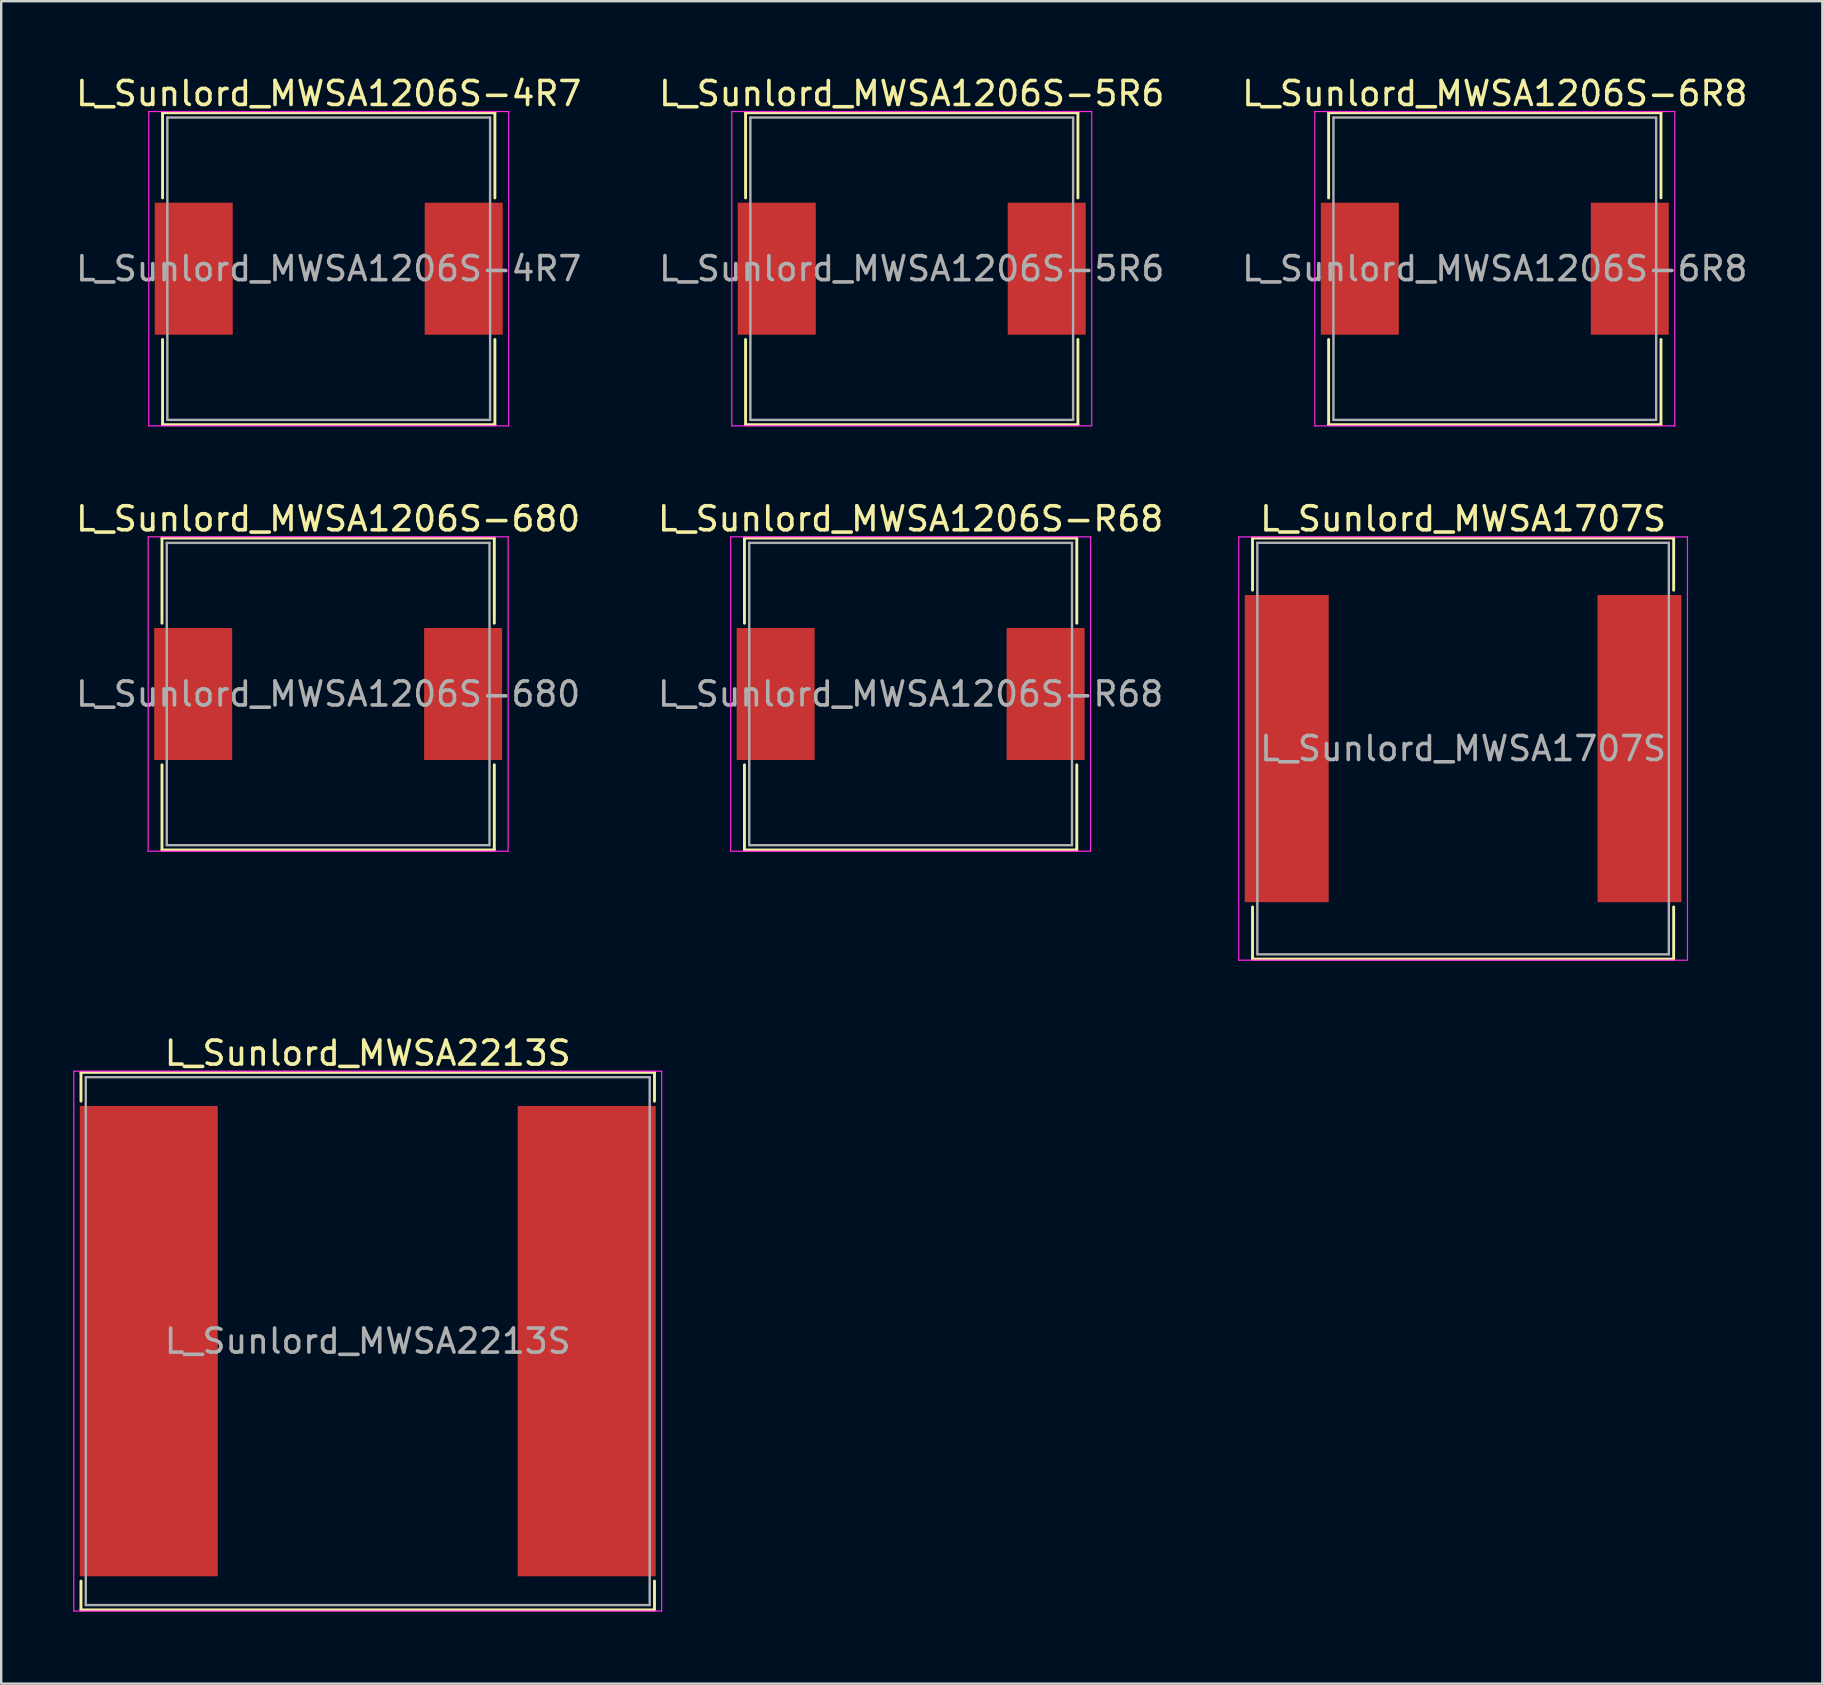
<source format=kicad_pcb>
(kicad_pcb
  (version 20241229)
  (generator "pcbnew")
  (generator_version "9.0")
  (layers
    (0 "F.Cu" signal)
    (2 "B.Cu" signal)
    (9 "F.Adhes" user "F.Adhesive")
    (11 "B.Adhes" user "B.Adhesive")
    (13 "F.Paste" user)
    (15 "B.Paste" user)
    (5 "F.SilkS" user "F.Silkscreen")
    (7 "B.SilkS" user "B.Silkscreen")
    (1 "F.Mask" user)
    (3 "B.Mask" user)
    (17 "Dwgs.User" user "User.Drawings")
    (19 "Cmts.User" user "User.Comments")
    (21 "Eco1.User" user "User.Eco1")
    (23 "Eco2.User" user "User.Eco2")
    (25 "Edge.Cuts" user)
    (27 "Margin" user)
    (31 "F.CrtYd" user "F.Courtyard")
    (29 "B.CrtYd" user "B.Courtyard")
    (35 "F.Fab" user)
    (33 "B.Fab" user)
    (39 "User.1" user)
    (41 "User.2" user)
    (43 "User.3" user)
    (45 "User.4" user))
  (footprint "L_Sunlord_MWSA2213S"
    (layer "F.Cu")
    (at 12.275 52.84)
    (property "Reference" "L_Sunlord_MWSA2213S" (at 0 -12 0) (layer "F.SilkS") (effects (font (size 1 1) (thickness 0.15))))
    (attr smd)
    (fp_line (start -11.95 -11.2) (end -11.95 -10) (stroke (width 0.12) (type solid)) (layer "F.SilkS"))
    (fp_line (start -11.95 -11.2) (end 11.95 -11.2) (stroke (width 0.12) (type solid)) (layer "F.SilkS"))
    (fp_line (start -11.95 11.2) (end -11.95 10) (stroke (width 0.12) (type solid)) (layer "F.SilkS"))
    (fp_line (start -11.95 11.2) (end 11.95 11.2) (stroke (width 0.12) (type solid)) (layer "F.SilkS"))
    (fp_line (start 11.95 -11.2) (end 11.95 -10) (stroke (width 0.12) (type solid)) (layer "F.SilkS"))
    (fp_line (start 11.95 11.2) (end 11.95 10) (stroke (width 0.12) (type solid)) (layer "F.SilkS"))
    (fp_line (start -12.25 -11.25) (end -12.25 11.25) (stroke (width 0.05) (type solid)) (layer "F.CrtYd"))
    (fp_line (start -12.25 11.25) (end 12.25 11.25) (stroke (width 0.05) (type solid)) (layer "F.CrtYd"))
    (fp_line (start 12.25 -11.25) (end -12.25 -11.25) (stroke (width 0.05) (type solid)) (layer "F.CrtYd"))
    (fp_line (start 12.25 11.25) (end 12.25 -11.25) (stroke (width 0.05) (type solid)) (layer "F.CrtYd"))
    (fp_line (start -11.75 -11) (end -11.75 11) (stroke (width 0.1) (type solid)) (layer "F.Fab"))
    (fp_line (start -11.75 11) (end 11.75 11) (stroke (width 0.1) (type solid)) (layer "F.Fab"))
    (fp_line (start 11.75 -11) (end -11.75 -11) (stroke (width 0.1) (type solid)) (layer "F.Fab"))
    (fp_line (start 11.75 11) (end 11.75 -11) (stroke (width 0.1) (type solid)) (layer "F.Fab"))
    (fp_text user "${REFERENCE}" (at 0 0 0) (layer "F.Fab") (effects (font (size 1 1) (thickness 0.15))))
    (pad "1" smd rect (at -9.125 0) (size 5.75 19.6) (layers "F.Cu" "F.Mask" "F.Paste"))
    (pad "2" smd rect (at 9.125 0) (size 5.75 19.6) (layers "F.Cu" "F.Mask" "F.Paste")))
  (footprint "L_Sunlord_MWSA1206S-4R7"
    (layer "F.Cu")
    (at 10.649 8.148)
    (property "Reference" "L_Sunlord_MWSA1206S-4R7" (at 0 -7.3 0) (layer "F.SilkS") (effects (font (size 1 1) (thickness 0.15))))
    (attr smd)
    (fp_line (start -6.925 -6.5) (end -6.925 -2.95) (stroke (width 0.12) (type solid)) (layer "F.SilkS"))
    (fp_line (start -6.925 -6.5) (end 6.925 -6.5) (stroke (width 0.12) (type solid)) (layer "F.SilkS"))
    (fp_line (start -6.925 6.5) (end -6.925 2.95) (stroke (width 0.12) (type solid)) (layer "F.SilkS"))
    (fp_line (start -6.925 6.5) (end 6.925 6.5) (stroke (width 0.12) (type solid)) (layer "F.SilkS"))
    (fp_line (start 6.925 -6.5) (end 6.925 -2.95) (stroke (width 0.12) (type solid)) (layer "F.SilkS"))
    (fp_line (start 6.925 6.5) (end 6.925 2.95) (stroke (width 0.12) (type solid)) (layer "F.SilkS"))
    (fp_line (start -7.5 -6.55) (end -7.5 6.55) (stroke (width 0.05) (type solid)) (layer "F.CrtYd"))
    (fp_line (start -7.5 6.55) (end 7.5 6.55) (stroke (width 0.05) (type solid)) (layer "F.CrtYd"))
    (fp_line (start 7.5 -6.55) (end -7.5 -6.55) (stroke (width 0.05) (type solid)) (layer "F.CrtYd"))
    (fp_line (start 7.5 6.55) (end 7.5 -6.55) (stroke (width 0.05) (type solid)) (layer "F.CrtYd"))
    (fp_line (start -6.725 -6.3) (end -6.725 6.3) (stroke (width 0.1) (type solid)) (layer "F.Fab"))
    (fp_line (start -6.725 6.3) (end 6.725 6.3) (stroke (width 0.1) (type solid)) (layer "F.Fab"))
    (fp_line (start 6.725 -6.3) (end -6.725 -6.3) (stroke (width 0.1) (type solid)) (layer "F.Fab"))
    (fp_line (start 6.725 6.3) (end 6.725 -6.3) (stroke (width 0.1) (type solid)) (layer "F.Fab"))
    (fp_text user "${REFERENCE}" (at 0 0 0) (layer "F.Fab") (effects (font (size 1 1) (thickness 0.15))))
    (pad "1" smd rect (at -5.625 0) (size 3.25 5.5) (layers "F.Cu" "F.Mask" "F.Paste"))
    (pad "2" smd rect (at 5.625 0) (size 3.25 5.5) (layers "F.Cu" "F.Mask" "F.Paste")))
  (footprint "L_Sunlord_MWSA1707S"
    (layer "F.Cu")
    (at 57.923 28.146)
    (property "Reference" "L_Sunlord_MWSA1707S" (at 0 -9.575 0) (layer "F.SilkS") (effects (font (size 1 1) (thickness 0.15))))
    (attr smd)
    (fp_line (start -8.775 -8.775) (end -8.775 -6.6) (stroke (width 0.12) (type solid)) (layer "F.SilkS"))
    (fp_line (start -8.775 -8.775) (end 8.775 -8.775) (stroke (width 0.12) (type solid)) (layer "F.SilkS"))
    (fp_line (start -8.775 8.775) (end -8.775 6.6) (stroke (width 0.12) (type solid)) (layer "F.SilkS"))
    (fp_line (start -8.775 8.775) (end 8.775 8.775) (stroke (width 0.12) (type solid)) (layer "F.SilkS"))
    (fp_line (start 8.775 -8.775) (end 8.775 -6.6) (stroke (width 0.12) (type solid)) (layer "F.SilkS"))
    (fp_line (start 8.775 8.775) (end 8.775 6.6) (stroke (width 0.12) (type solid)) (layer "F.SilkS"))
    (fp_line (start -9.35 -8.82) (end -9.35 8.82) (stroke (width 0.05) (type solid)) (layer "F.CrtYd"))
    (fp_line (start -9.35 8.82) (end 9.35 8.82) (stroke (width 0.05) (type solid)) (layer "F.CrtYd"))
    (fp_line (start 9.35 -8.82) (end -9.35 -8.82) (stroke (width 0.05) (type solid)) (layer "F.CrtYd"))
    (fp_line (start 9.35 8.82) (end 9.35 -8.82) (stroke (width 0.05) (type solid)) (layer "F.CrtYd"))
    (fp_line (start -8.575 -8.575) (end -8.575 8.575) (stroke (width 0.1) (type solid)) (layer "F.Fab"))
    (fp_line (start -8.575 8.575) (end 8.575 8.575) (stroke (width 0.1) (type solid)) (layer "F.Fab"))
    (fp_line (start 8.575 -8.575) (end -8.575 -8.575) (stroke (width 0.1) (type solid)) (layer "F.Fab"))
    (fp_line (start 8.575 8.575) (end 8.575 -8.575) (stroke (width 0.1) (type solid)) (layer "F.Fab"))
    (fp_text user "${REFERENCE}" (at 0 0 0) (layer "F.Fab") (effects (font (size 1 1) (thickness 0.15))))
    (pad "1" smd rect (at -7.35 0) (size 3.5 12.8) (layers "F.Cu" "F.Mask" "F.Paste"))
    (pad "2" smd rect (at 7.35 0) (size 3.5 12.8) (layers "F.Cu" "F.Mask" "F.Paste")))
  (footprint "L_Sunlord_MWSA1206S-5R6"
    (layer "F.Cu")
    (at 34.946 8.148)
    (property "Reference" "L_Sunlord_MWSA1206S-5R6" (at 0 -7.3 0) (layer "F.SilkS") (effects (font (size 1 1) (thickness 0.15))))
    (attr smd)
    (fp_line (start -6.925 -6.5) (end -6.925 -2.95) (stroke (width 0.12) (type solid)) (layer "F.SilkS"))
    (fp_line (start -6.925 -6.5) (end 6.925 -6.5) (stroke (width 0.12) (type solid)) (layer "F.SilkS"))
    (fp_line (start -6.925 6.5) (end -6.925 2.95) (stroke (width 0.12) (type solid)) (layer "F.SilkS"))
    (fp_line (start -6.925 6.5) (end 6.925 6.5) (stroke (width 0.12) (type solid)) (layer "F.SilkS"))
    (fp_line (start 6.925 -6.5) (end 6.925 -2.95) (stroke (width 0.12) (type solid)) (layer "F.SilkS"))
    (fp_line (start 6.925 6.5) (end 6.925 2.95) (stroke (width 0.12) (type solid)) (layer "F.SilkS"))
    (fp_line (start -7.5 -6.55) (end -7.5 6.55) (stroke (width 0.05) (type solid)) (layer "F.CrtYd"))
    (fp_line (start -7.5 6.55) (end 7.5 6.55) (stroke (width 0.05) (type solid)) (layer "F.CrtYd"))
    (fp_line (start 7.5 -6.55) (end -7.5 -6.55) (stroke (width 0.05) (type solid)) (layer "F.CrtYd"))
    (fp_line (start 7.5 6.55) (end 7.5 -6.55) (stroke (width 0.05) (type solid)) (layer "F.CrtYd"))
    (fp_line (start -6.725 -6.3) (end -6.725 6.3) (stroke (width 0.1) (type solid)) (layer "F.Fab"))
    (fp_line (start -6.725 6.3) (end 6.725 6.3) (stroke (width 0.1) (type solid)) (layer "F.Fab"))
    (fp_line (start 6.725 -6.3) (end -6.725 -6.3) (stroke (width 0.1) (type solid)) (layer "F.Fab"))
    (fp_line (start 6.725 6.3) (end 6.725 -6.3) (stroke (width 0.1) (type solid)) (layer "F.Fab"))
    (fp_text user "${REFERENCE}" (at 0 0 0) (layer "F.Fab") (effects (font (size 1 1) (thickness 0.15))))
    (pad "1" smd rect (at -5.625 0) (size 3.25 5.5) (layers "F.Cu" "F.Mask" "F.Paste"))
    (pad "2" smd rect (at 5.625 0) (size 3.25 5.5) (layers "F.Cu" "F.Mask" "F.Paste")))
  (footprint "L_Sunlord_MWSA1206S-6R8"
    (layer "F.Cu")
    (at 59.244 8.148)
    (property "Reference" "L_Sunlord_MWSA1206S-6R8" (at 0 -7.3 0) (layer "F.SilkS") (effects (font (size 1 1) (thickness 0.15))))
    (attr smd)
    (fp_line (start -6.925 -6.5) (end -6.925 -2.95) (stroke (width 0.12) (type solid)) (layer "F.SilkS"))
    (fp_line (start -6.925 -6.5) (end 6.925 -6.5) (stroke (width 0.12) (type solid)) (layer "F.SilkS"))
    (fp_line (start -6.925 6.5) (end -6.925 2.95) (stroke (width 0.12) (type solid)) (layer "F.SilkS"))
    (fp_line (start -6.925 6.5) (end 6.925 6.5) (stroke (width 0.12) (type solid)) (layer "F.SilkS"))
    (fp_line (start 6.925 -6.5) (end 6.925 -2.95) (stroke (width 0.12) (type solid)) (layer "F.SilkS"))
    (fp_line (start 6.925 6.5) (end 6.925 2.95) (stroke (width 0.12) (type solid)) (layer "F.SilkS"))
    (fp_line (start -7.5 -6.55) (end -7.5 6.55) (stroke (width 0.05) (type solid)) (layer "F.CrtYd"))
    (fp_line (start -7.5 6.55) (end 7.5 6.55) (stroke (width 0.05) (type solid)) (layer "F.CrtYd"))
    (fp_line (start 7.5 -6.55) (end -7.5 -6.55) (stroke (width 0.05) (type solid)) (layer "F.CrtYd"))
    (fp_line (start 7.5 6.55) (end 7.5 -6.55) (stroke (width 0.05) (type solid)) (layer "F.CrtYd"))
    (fp_line (start -6.725 -6.3) (end -6.725 6.3) (stroke (width 0.1) (type solid)) (layer "F.Fab"))
    (fp_line (start -6.725 6.3) (end 6.725 6.3) (stroke (width 0.1) (type solid)) (layer "F.Fab"))
    (fp_line (start 6.725 -6.3) (end -6.725 -6.3) (stroke (width 0.1) (type solid)) (layer "F.Fab"))
    (fp_line (start 6.725 6.3) (end 6.725 -6.3) (stroke (width 0.1) (type solid)) (layer "F.Fab"))
    (fp_text user "${REFERENCE}" (at 0 0 0) (layer "F.Fab") (effects (font (size 1 1) (thickness 0.15))))
    (pad "1" smd rect (at -5.625 0) (size 3.25 5.5) (layers "F.Cu" "F.Mask" "F.Paste"))
    (pad "2" smd rect (at 5.625 0) (size 3.25 5.5) (layers "F.Cu" "F.Mask" "F.Paste")))
  (footprint "L_Sunlord_MWSA1206S-680"
    (layer "F.Cu")
    (at 10.625 25.872)
    (property "Reference" "L_Sunlord_MWSA1206S-680" (at 0 -7.3 0) (layer "F.SilkS") (effects (font (size 1 1) (thickness 0.15))))
    (attr smd)
    (fp_line (start -6.925 -6.5) (end -6.925 -2.95) (stroke (width 0.12) (type solid)) (layer "F.SilkS"))
    (fp_line (start -6.925 -6.5) (end 6.925 -6.5) (stroke (width 0.12) (type solid)) (layer "F.SilkS"))
    (fp_line (start -6.925 6.5) (end -6.925 2.95) (stroke (width 0.12) (type solid)) (layer "F.SilkS"))
    (fp_line (start -6.925 6.5) (end 6.925 6.5) (stroke (width 0.12) (type solid)) (layer "F.SilkS"))
    (fp_line (start 6.925 -6.5) (end 6.925 -2.95) (stroke (width 0.12) (type solid)) (layer "F.SilkS"))
    (fp_line (start 6.925 6.5) (end 6.925 2.95) (stroke (width 0.12) (type solid)) (layer "F.SilkS"))
    (fp_line (start -7.5 -6.55) (end -7.5 6.55) (stroke (width 0.05) (type solid)) (layer "F.CrtYd"))
    (fp_line (start -7.5 6.55) (end 7.5 6.55) (stroke (width 0.05) (type solid)) (layer "F.CrtYd"))
    (fp_line (start 7.5 -6.55) (end -7.5 -6.55) (stroke (width 0.05) (type solid)) (layer "F.CrtYd"))
    (fp_line (start 7.5 6.55) (end 7.5 -6.55) (stroke (width 0.05) (type solid)) (layer "F.CrtYd"))
    (fp_line (start -6.725 -6.3) (end -6.725 6.3) (stroke (width 0.1) (type solid)) (layer "F.Fab"))
    (fp_line (start -6.725 6.3) (end 6.725 6.3) (stroke (width 0.1) (type solid)) (layer "F.Fab"))
    (fp_line (start 6.725 -6.3) (end -6.725 -6.3) (stroke (width 0.1) (type solid)) (layer "F.Fab"))
    (fp_line (start 6.725 6.3) (end 6.725 -6.3) (stroke (width 0.1) (type solid)) (layer "F.Fab"))
    (fp_text user "${REFERENCE}" (at 0 0 0) (layer "F.Fab") (effects (font (size 1 1) (thickness 0.15))))
    (pad "1" smd rect (at -5.625 0) (size 3.25 5.5) (layers "F.Cu" "F.Mask" "F.Paste"))
    (pad "2" smd rect (at 5.625 0) (size 3.25 5.5) (layers "F.Cu" "F.Mask" "F.Paste")))
  (footprint "L_Sunlord_MWSA1206S-R68"
    (layer "F.Cu")
    (at 34.899 25.872)
    (property "Reference" "L_Sunlord_MWSA1206S-R68" (at 0 -7.3 0) (layer "F.SilkS") (effects (font (size 1 1) (thickness 0.15))))
    (attr smd)
    (fp_line (start -6.925 -6.5) (end -6.925 -2.95) (stroke (width 0.12) (type solid)) (layer "F.SilkS"))
    (fp_line (start -6.925 -6.5) (end 6.925 -6.5) (stroke (width 0.12) (type solid)) (layer "F.SilkS"))
    (fp_line (start -6.925 6.5) (end -6.925 2.95) (stroke (width 0.12) (type solid)) (layer "F.SilkS"))
    (fp_line (start -6.925 6.5) (end 6.925 6.5) (stroke (width 0.12) (type solid)) (layer "F.SilkS"))
    (fp_line (start 6.925 -6.5) (end 6.925 -2.95) (stroke (width 0.12) (type solid)) (layer "F.SilkS"))
    (fp_line (start 6.925 6.5) (end 6.925 2.95) (stroke (width 0.12) (type solid)) (layer "F.SilkS"))
    (fp_line (start -7.5 -6.55) (end -7.5 6.55) (stroke (width 0.05) (type solid)) (layer "F.CrtYd"))
    (fp_line (start -7.5 6.55) (end 7.5 6.55) (stroke (width 0.05) (type solid)) (layer "F.CrtYd"))
    (fp_line (start 7.5 -6.55) (end -7.5 -6.55) (stroke (width 0.05) (type solid)) (layer "F.CrtYd"))
    (fp_line (start 7.5 6.55) (end 7.5 -6.55) (stroke (width 0.05) (type solid)) (layer "F.CrtYd"))
    (fp_line (start -6.725 -6.3) (end -6.725 6.3) (stroke (width 0.1) (type solid)) (layer "F.Fab"))
    (fp_line (start -6.725 6.3) (end 6.725 6.3) (stroke (width 0.1) (type solid)) (layer "F.Fab"))
    (fp_line (start 6.725 -6.3) (end -6.725 -6.3) (stroke (width 0.1) (type solid)) (layer "F.Fab"))
    (fp_line (start 6.725 6.3) (end 6.725 -6.3) (stroke (width 0.1) (type solid)) (layer "F.Fab"))
    (fp_text user "${REFERENCE}" (at 0 0 0) (layer "F.Fab") (effects (font (size 1 1) (thickness 0.15))))
    (pad "1" smd rect (at -5.625 0) (size 3.25 5.5) (layers "F.Cu" "F.Mask" "F.Paste"))
    (pad "2" smd rect (at 5.625 0) (size 3.25 5.5) (layers "F.Cu" "F.Mask" "F.Paste")))
  (gr_rect
    (start -3 -3)
    (end 72.893 67.115)
    (stroke (width 0.1) (type default))
    (fill no)
    (layer "Edge.Cuts")))
</source>
